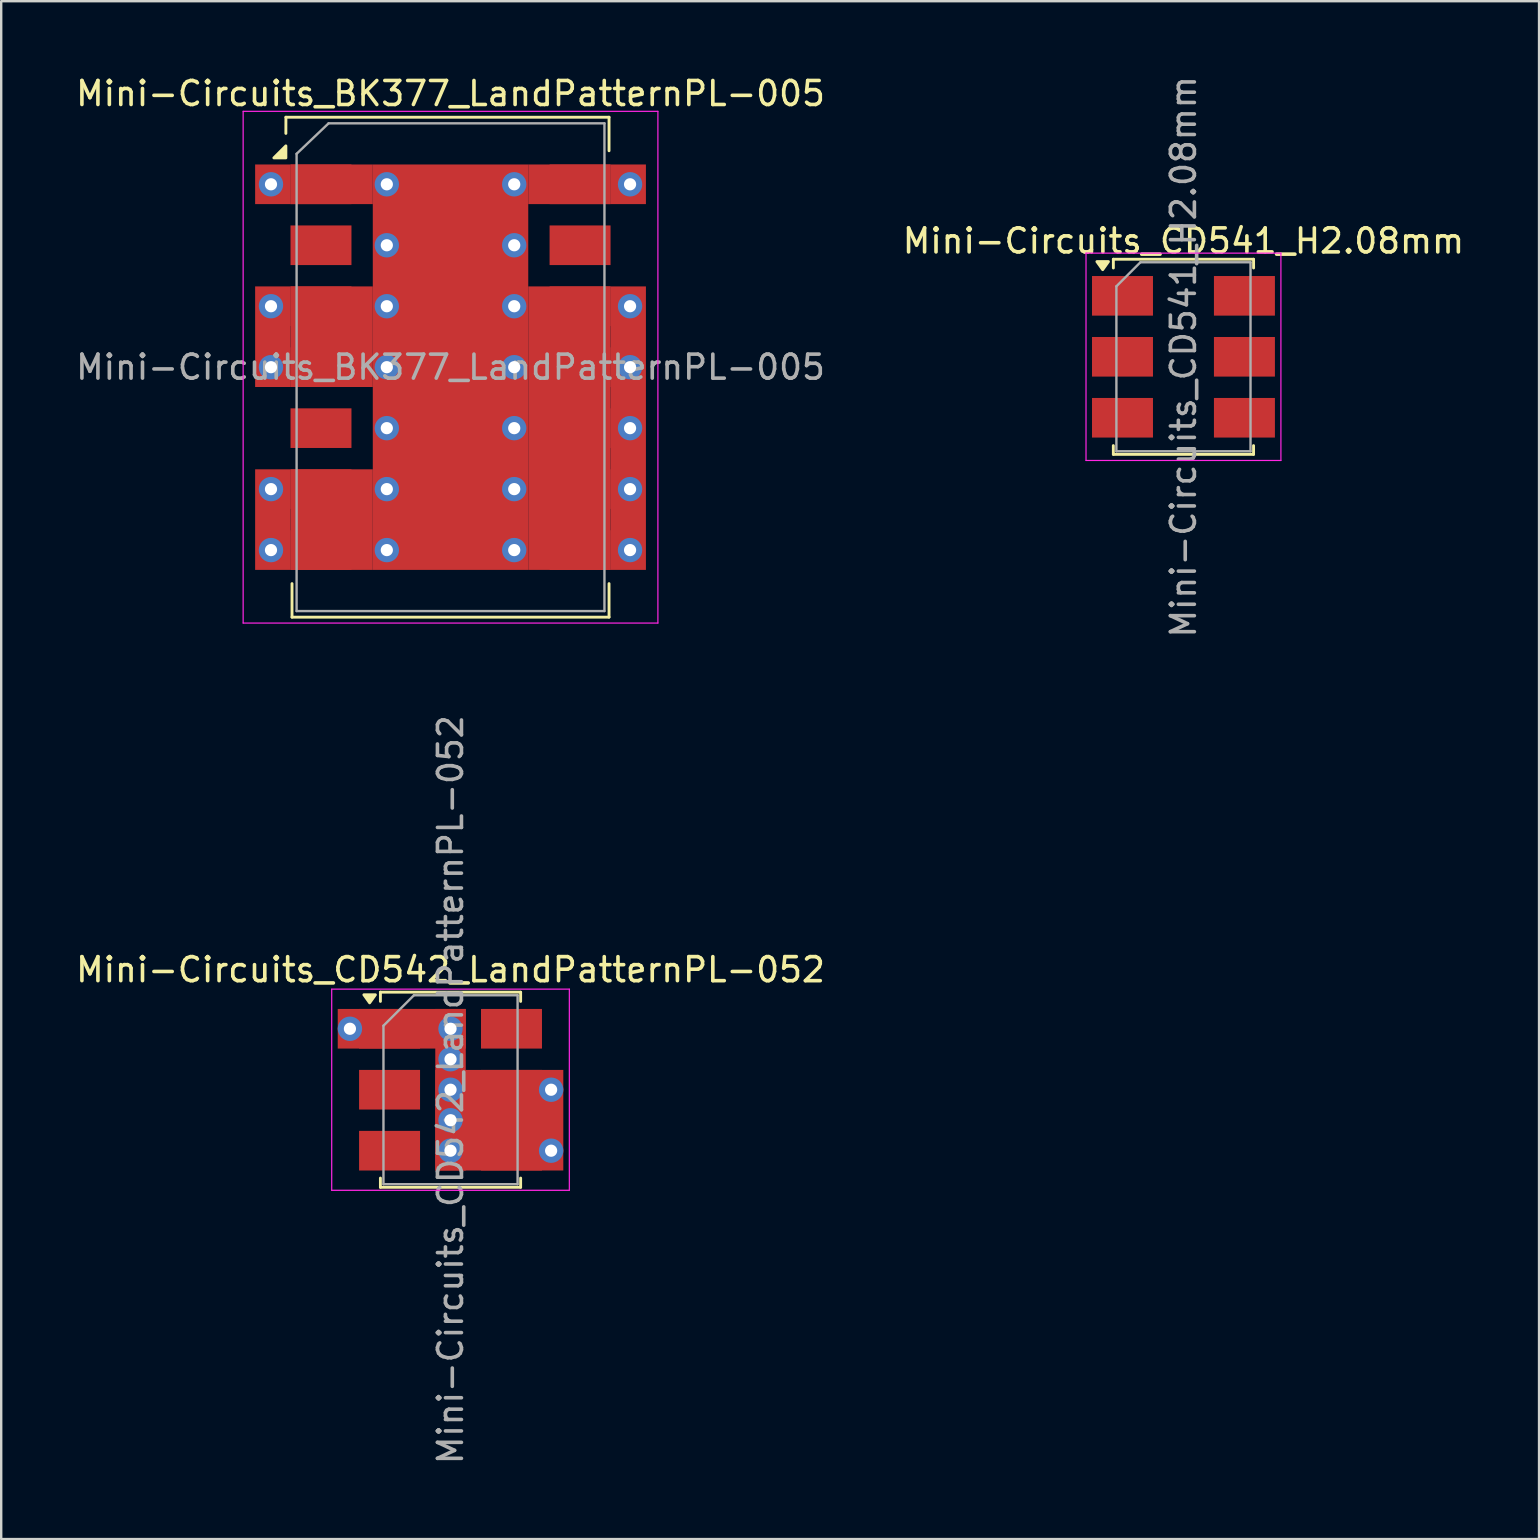
<source format=kicad_pcb>
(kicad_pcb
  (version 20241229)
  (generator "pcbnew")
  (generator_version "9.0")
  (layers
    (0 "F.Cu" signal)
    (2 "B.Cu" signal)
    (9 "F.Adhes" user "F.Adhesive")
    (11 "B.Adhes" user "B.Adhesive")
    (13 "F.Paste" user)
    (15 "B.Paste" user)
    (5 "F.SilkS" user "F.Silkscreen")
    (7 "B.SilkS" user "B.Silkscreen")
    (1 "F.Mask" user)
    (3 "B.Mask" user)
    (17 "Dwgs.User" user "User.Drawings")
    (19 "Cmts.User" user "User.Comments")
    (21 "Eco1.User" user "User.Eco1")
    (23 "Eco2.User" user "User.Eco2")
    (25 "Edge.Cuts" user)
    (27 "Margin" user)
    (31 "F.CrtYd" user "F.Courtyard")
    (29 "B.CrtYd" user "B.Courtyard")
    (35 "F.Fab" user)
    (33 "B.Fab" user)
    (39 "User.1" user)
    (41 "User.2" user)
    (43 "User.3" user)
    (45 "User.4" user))
  (footprint "Mini-Circuits_CD542_LandPatternPL-052"
    (layer "F.Cu")
    (at 15.72 42.351)
    (property "Reference" "Mini-Circuits_CD542_LandPatternPL-052" (at 0 -5 0) (layer "F.SilkS") (effects (font (size 1 1) (thickness 0.15))))
    (attr smd)
    (fp_line (start -2.921 -4.064) (end -2.921 -3.68) (stroke (width 0.12) (type solid)) (layer "F.SilkS"))
    (fp_line (start -2.921 4.064) (end -2.921 3.68) (stroke (width 0.12) (type solid)) (layer "F.SilkS"))
    (fp_line (start -2.921 4.064) (end 2.921 4.064) (stroke (width 0.12) (type solid)) (layer "F.SilkS"))
    (fp_line (start 2.921 -4.064) (end -2.921 -4.064) (stroke (width 0.12) (type solid)) (layer "F.SilkS"))
    (fp_line (start 2.921 -4.064) (end 2.921 -3.68) (stroke (width 0.12) (type solid)) (layer "F.SilkS"))
    (fp_line (start 2.921 4.064) (end 2.921 3.68) (stroke (width 0.12) (type solid)) (layer "F.SilkS"))
    (fp_poly (pts (xy -3.37 -3.62) (xy -3.61 -3.956) (xy -3.13 -3.956) (xy -3.37 -3.62)) (stroke (width 0.12) (type solid)) (fill yes) (layer "F.SilkS"))
    (fp_line (start -4.95 -4.19) (end -4.95 4.19) (stroke (width 0.05) (type solid)) (layer "F.CrtYd"))
    (fp_line (start -4.95 -4.19) (end 4.95 -4.19) (stroke (width 0.05) (type solid)) (layer "F.CrtYd"))
    (fp_line (start 4.95 4.19) (end -4.95 4.19) (stroke (width 0.05) (type solid)) (layer "F.CrtYd"))
    (fp_line (start 4.95 4.19) (end 4.95 -4.19) (stroke (width 0.05) (type solid)) (layer "F.CrtYd"))
    (fp_line (start -2.794 -2.667) (end -2.794 3.937) (stroke (width 0.1) (type solid)) (layer "F.Fab"))
    (fp_line (start -2.794 3.937) (end 2.794 3.937) (stroke (width 0.1) (type solid)) (layer "F.Fab"))
    (fp_line (start -1.524 -3.937) (end -2.794 -2.667) (stroke (width 0.1) (type solid)) (layer "F.Fab"))
    (fp_line (start 2.794 -3.937) (end -1.524 -3.937) (stroke (width 0.1) (type solid)) (layer "F.Fab"))
    (fp_line (start 2.794 3.937) (end 2.794 -3.937) (stroke (width 0.1) (type solid)) (layer "F.Fab"))
    (fp_text user "${REFERENCE}" (at 0 0 90) (layer "F.Fab") (effects (font (size 1 1) (thickness 0.15))))
    (pad "1" thru_hole circle (at -4.191 -2.54) (size 1.016 1.016) (drill 0.508) (layers "*.Cu"))
    (pad "1" smd rect (at -2.54 -2.54) (size 2.54 1.651) (layers "F.Cu" "F.Mask" "F.Paste"))
    (pad "1" smd rect (at -2.032 -2.54) (size 5.334 1.651) (layers "F.Cu"))
    (pad "1" thru_hole circle (at 0 -2.54) (size 1.016 1.016) (drill 0.508) (layers "*.Cu"))
    (pad "1" thru_hole circle (at 0 -1.27) (size 1.016 1.016) (drill 0.508) (layers "*.Cu"))
    (pad "1" thru_hole circle (at 0 0) (size 1.016 1.016) (drill 0.508) (layers "*.Cu"))
    (pad "1" smd rect (at 0 0) (size 1.27 6.731) (layers "F.Cu"))
    (pad "1" thru_hole circle (at 0 1.27) (size 1.016 1.016) (drill 0.508) (layers "*.Cu"))
    (pad "1" thru_hole circle (at 0 2.54) (size 1.016 1.016) (drill 0.508) (layers "*.Cu"))
    (pad "2" smd rect (at -2.54 0) (size 2.54 1.651) (layers "F.Cu" "F.Mask" "F.Paste"))
    (pad "3" smd rect (at -2.54 2.54) (size 2.54 1.651) (layers "F.Cu" "F.Mask" "F.Paste"))
    (pad "4" smd rect (at 2.032 1.27) (size 5.334 4.191) (layers "F.Cu"))
    (pad "4" smd rect (at 2.54 2.54) (size 2.54 1.651) (layers "F.Cu" "F.Mask" "F.Paste"))
    (pad "4" thru_hole circle (at 4.191 2.54) (size 1.016 1.016) (drill 0.508) (layers "*.Cu"))
    (pad "5" smd rect (at 2.54 0) (size 2.54 1.651) (layers "F.Cu" "F.Mask" "F.Paste"))
    (pad "5" thru_hole circle (at 4.191 0) (size 1.016 1.016) (drill 0.508) (layers "*.Cu"))
    (pad "6" smd rect (at 2.54 -2.54) (size 2.54 1.651) (layers "F.Cu" "F.Mask" "F.Paste")))
  (footprint "Mini-Circuits_CD541_H2.08mm"
    (layer "F.Cu")
    (at 46.256 11.815)
    (property "Reference" "Mini-Circuits_CD541_H2.08mm" (at 0 -4.826 0) (layer "F.SilkS") (effects (font (size 1 1) (thickness 0.15))))
    (attr smd)
    (fp_line (start -2.922 3.7) (end -2.921 4.064) (stroke (width 0.12) (type solid)) (layer "F.SilkS"))
    (fp_line (start -2.921 -4.064) (end -2.92 -3.7) (stroke (width 0.12) (type solid)) (layer "F.SilkS"))
    (fp_line (start -2.921 4.064) (end 2.921 4.064) (stroke (width 0.12) (type solid)) (layer "F.SilkS"))
    (fp_line (start 2.92 3.7) (end 2.921 4.064) (stroke (width 0.12) (type solid)) (layer "F.SilkS"))
    (fp_line (start 2.921 -4.064) (end -2.921 -4.064) (stroke (width 0.12) (type solid)) (layer "F.SilkS"))
    (fp_line (start 2.921 -4.064) (end 2.922 -3.7) (stroke (width 0.12) (type solid)) (layer "F.SilkS"))
    (fp_poly (pts (xy -3.365 -3.63) (xy -3.606 -3.966) (xy -3.126 -3.966) (xy -3.365 -3.63)) (stroke (width 0.12) (type solid)) (fill yes) (layer "F.SilkS"))
    (fp_line (start -4.06 4.32) (end -4.06 -4.32) (stroke (width 0.05) (type solid)) (layer "F.CrtYd"))
    (fp_line (start 4.06 -4.32) (end -4.06 -4.32) (stroke (width 0.05) (type solid)) (layer "F.CrtYd"))
    (fp_line (start 4.06 4.32) (end -4.06 4.32) (stroke (width 0.05) (type solid)) (layer "F.CrtYd"))
    (fp_line (start 4.06 4.32) (end 4.06 -4.32) (stroke (width 0.05) (type solid)) (layer "F.CrtYd"))
    (fp_line (start -2.794 3.937) (end -2.794 -2.937) (stroke (width 0.1) (type solid)) (layer "F.Fab"))
    (fp_line (start -1.794 -3.937) (end -2.794 -2.937) (stroke (width 0.1) (type solid)) (layer "F.Fab"))
    (fp_line (start -1.794 -3.937) (end 2.794 -3.937) (stroke (width 0.1) (type solid)) (layer "F.Fab"))
    (fp_line (start 2.794 -3.937) (end 2.794 3.937) (stroke (width 0.1) (type solid)) (layer "F.Fab"))
    (fp_line (start 2.794 3.937) (end -2.794 3.937) (stroke (width 0.1) (type solid)) (layer "F.Fab"))
    (fp_text user "${REFERENCE}" (at 0 0 90) (layer "F.Fab") (effects (font (size 1 1) (thickness 0.15))))
    (pad "1" smd rect (at -2.54 -2.54) (size 2.54 1.65) (layers "F.Cu" "F.Mask" "F.Paste"))
    (pad "2" smd rect (at -2.54 0) (size 2.54 1.65) (layers "F.Cu" "F.Mask" "F.Paste"))
    (pad "3" smd rect (at -2.54 2.54) (size 2.54 1.65) (layers "F.Cu" "F.Mask" "F.Paste"))
    (pad "4" smd rect (at 2.54 2.54) (size 2.54 1.65) (layers "F.Cu" "F.Mask" "F.Paste"))
    (pad "5" smd rect (at 2.54 0) (size 2.54 1.65) (layers "F.Cu" "F.Mask" "F.Paste"))
    (pad "6" smd rect (at 2.54 -2.54) (size 2.54 1.65) (layers "F.Cu" "F.Mask" "F.Paste")))
  (footprint "Mini-Circuits_BK377_LandPatternPL-005"
    (layer "F.Cu")
    (at 15.72 12.248)
    (property "Reference" "Mini-Circuits_BK377_LandPatternPL-005" (at 0 -11.4 0) (layer "F.SilkS") (effects (font (size 1 1) (thickness 0.15))))
    (attr smd)
    (fp_line (start -6.86 -9.74) (end -6.858 -10.414) (stroke (width 0.12) (type solid)) (layer "F.SilkS"))
    (fp_line (start -6.858 -10.414) (end 6.604 -10.414) (stroke (width 0.12) (type solid)) (layer "F.SilkS"))
    (fp_line (start -6.604 9.017) (end -6.604 10.414) (stroke (width 0.12) (type solid)) (layer "F.SilkS"))
    (fp_line (start -6.604 10.414) (end 6.604 10.414) (stroke (width 0.12) (type solid)) (layer "F.SilkS"))
    (fp_line (start 6.604 -10.414) (end 6.604 -9.017) (stroke (width 0.12) (type solid)) (layer "F.SilkS"))
    (fp_line (start 6.604 10.414) (end 6.604 9.017) (stroke (width 0.12) (type solid)) (layer "F.SilkS"))
    (fp_poly (pts (xy -6.86 -8.72) (xy -7.36 -8.72) (xy -6.86 -9.22) (xy -6.86 -8.72)) (stroke (width 0.12) (type solid)) (fill yes) (layer "F.SilkS"))
    (fp_line (start -8.64 -10.66) (end -8.64 10.66) (stroke (width 0.05) (type solid)) (layer "F.CrtYd"))
    (fp_line (start -8.64 -10.66) (end 8.64 -10.66) (stroke (width 0.05) (type solid)) (layer "F.CrtYd"))
    (fp_line (start 8.64 10.66) (end -8.64 10.66) (stroke (width 0.05) (type solid)) (layer "F.CrtYd"))
    (fp_line (start 8.64 10.66) (end 8.64 -10.66) (stroke (width 0.05) (type solid)) (layer "F.CrtYd"))
    (fp_line (start -6.413 -8.89) (end -6.413 10.16) (stroke (width 0.1) (type solid)) (layer "F.Fab"))
    (fp_line (start -6.413 10.16) (end 6.413 10.16) (stroke (width 0.1) (type solid)) (layer "F.Fab"))
    (fp_line (start -5.08 -10.16) (end -6.413 -8.89) (stroke (width 0.1) (type solid)) (layer "F.Fab"))
    (fp_line (start 6.413 -10.16) (end -5.08 -10.16) (stroke (width 0.1) (type solid)) (layer "F.Fab"))
    (fp_line (start 6.413 10.16) (end 6.413 -10.16) (stroke (width 0.1) (type solid)) (layer "F.Fab"))
    (fp_text user "${REFERENCE}" (at 0 0 0) (layer "F.Fab") (effects (font (size 1 1) (thickness 0.15))))
    (pad "1" thru_hole circle (at -7.48 -7.62) (size 1.016 1.016) (drill 0.508) (layers "*.Cu"))
    (pad "1" thru_hole circle (at -7.48 -2.54) (size 1.016 1.016) (drill 0.508) (layers "*.Cu"))
    (pad "1" thru_hole circle (at -7.48 0) (size 1.016 1.016) (drill 0.508) (layers "*.Cu"))
    (pad "1" thru_hole circle (at -7.48 5.08) (size 1.016 1.016) (drill 0.508) (layers "*.Cu"))
    (pad "1" thru_hole circle (at -7.48 7.62) (size 1.016 1.016) (drill 0.508) (layers "*.Cu"))
    (pad "1" smd rect (at -7.404 -7.62) (size 1.473 1.651) (layers "F.Cu"))
    (pad "1" smd rect (at -7.404 -1.27) (size 1.473 4.191) (layers "F.Cu"))
    (pad "1" smd rect (at -7.404 6.35) (size 1.473 4.191) (layers "F.Cu"))
    (pad "1" smd rect (at -6.668 -7.62) (size 2.54 1.651) (drill (offset 1.27 0)) (layers "F.Cu" "F.Mask" "F.Paste"))
    (pad "1" smd rect (at -4.953 -7.62) (size 3.429 1.651) (layers "F.Cu"))
    (pad "1" smd rect (at -4.953 -1.27) (size 3.429 4.191) (layers "F.Cu"))
    (pad "1" smd rect (at -4.953 6.35) (size 3.429 4.191) (layers "F.Cu"))
    (pad "1" thru_hole circle (at -2.654 -7.62) (size 1.016 1.016) (drill 0.508) (layers "*.Cu"))
    (pad "1" thru_hole circle (at -2.654 -5.08) (size 1.016 1.016) (drill 0.508) (layers "*.Cu"))
    (pad "1" thru_hole circle (at -2.654 -2.54) (size 1.016 1.016) (drill 0.508) (layers "*.Cu"))
    (pad "1" thru_hole circle (at -2.654 0) (size 1.016 1.016) (drill 0.508) (layers "*.Cu"))
    (pad "1" thru_hole circle (at -2.654 2.54) (size 1.016 1.016) (drill 0.508) (layers "*.Cu"))
    (pad "1" thru_hole circle (at -2.654 5.08) (size 1.016 1.016) (drill 0.508) (layers "*.Cu"))
    (pad "1" thru_hole circle (at -2.654 7.62) (size 1.016 1.016) (drill 0.508) (layers "*.Cu"))
    (pad "1" smd rect (at 0 0) (size 6.477 16.891) (layers "F.Cu"))
    (pad "1" thru_hole circle (at 2.654 -7.62) (size 1.016 1.016) (drill 0.508) (layers "*.Cu"))
    (pad "1" thru_hole circle (at 2.654 -5.08) (size 1.016 1.016) (drill 0.508) (layers "*.Cu"))
    (pad "1" thru_hole circle (at 2.654 -2.54) (size 1.016 1.016) (drill 0.508) (layers "*.Cu"))
    (pad "1" thru_hole circle (at 2.654 0) (size 1.016 1.016) (drill 0.508) (layers "*.Cu"))
    (pad "1" thru_hole circle (at 2.654 2.54) (size 1.016 1.016) (drill 0.508) (layers "*.Cu"))
    (pad "1" thru_hole circle (at 2.654 5.08) (size 1.016 1.016) (drill 0.508) (layers "*.Cu"))
    (pad "1" thru_hole circle (at 2.654 7.62) (size 1.016 1.016) (drill 0.508) (layers "*.Cu"))
    (pad "1" smd rect (at 4.953 -7.62) (size 3.429 1.651) (layers "F.Cu"))
    (pad "1" smd rect (at 4.953 2.54) (size 3.429 11.811) (layers "F.Cu"))
    (pad "1" smd rect (at 7.404 -7.62) (size 1.473 1.651) (layers "F.Cu"))
    (pad "1" smd rect (at 7.404 2.54) (size 1.473 11.811) (layers "F.Cu"))
    (pad "1" thru_hole circle (at 7.48 -7.62) (size 1.016 1.016) (drill 0.508) (layers "*.Cu"))
    (pad "1" thru_hole circle (at 7.48 -2.54) (size 1.016 1.016) (drill 0.508) (layers "*.Cu"))
    (pad "1" thru_hole circle (at 7.48 0) (size 1.016 1.016) (drill 0.508) (layers "*.Cu"))
    (pad "1" thru_hole circle (at 7.48 2.54) (size 1.016 1.016) (drill 0.508) (layers "*.Cu"))
    (pad "1" thru_hole circle (at 7.48 5.08) (size 1.016 1.016) (drill 0.508) (layers "*.Cu"))
    (pad "1" thru_hole circle (at 7.48 7.62) (size 1.016 1.016) (drill 0.508) (layers "*.Cu"))
    (pad "2" smd rect (at -5.397 -5.08) (size 2.54 1.651) (layers "F.Cu" "F.Mask" "F.Paste"))
    (pad "3" smd rect (at -6.668 -2.54) (size 2.54 1.651) (drill (offset 1.27 0)) (layers "F.Cu" "F.Mask" "F.Paste"))
    (pad "4" smd rect (at -6.668 0) (size 2.54 1.651) (drill (offset 1.27 0)) (layers "F.Cu" "F.Mask" "F.Paste"))
    (pad "5" smd rect (at -5.397 2.54) (size 2.54 1.651) (layers "F.Cu" "F.Mask" "F.Paste"))
    (pad "6" smd rect (at -6.668 5.08) (size 2.54 1.651) (drill (offset 1.27 0)) (layers "F.Cu" "F.Mask" "F.Paste"))
    (pad "7" smd rect (at -6.668 7.62) (size 2.54 1.651) (drill (offset 1.27 0)) (layers "F.Cu" "F.Mask" "F.Paste"))
    (pad "8" smd rect (at 6.668 7.62) (size 2.54 1.651) (drill (offset -1.27 0)) (layers "F.Cu" "F.Mask" "F.Paste"))
    (pad "9" smd rect (at 6.668 5.08) (size 2.54 1.651) (drill (offset -1.27 0)) (layers "F.Cu" "F.Mask" "F.Paste"))
    (pad "10" smd rect (at 6.668 2.54) (size 2.54 1.651) (drill (offset -1.27 0)) (layers "F.Cu" "F.Mask" "F.Paste"))
    (pad "11" smd rect (at 6.668 0) (size 2.54 1.651) (drill (offset -1.27 0)) (layers "F.Cu" "F.Mask" "F.Paste"))
    (pad "12" smd rect (at 6.668 -2.54) (size 2.54 1.651) (drill (offset -1.27 0)) (layers "F.Cu" "F.Mask" "F.Paste"))
    (pad "13" smd rect (at 5.397 -5.08) (size 2.54 1.651) (layers "F.Cu" "F.Mask" "F.Paste"))
    (pad "14" smd rect (at 5.397 -7.62) (size 2.54 1.651) (layers "F.Cu" "F.Mask" "F.Paste")))
  (gr_rect
    (start -3 -3)
    (end 61.071 61.071)
    (stroke (width 0.1) (type default))
    (fill no)
    (layer "Edge.Cuts")))
</source>
